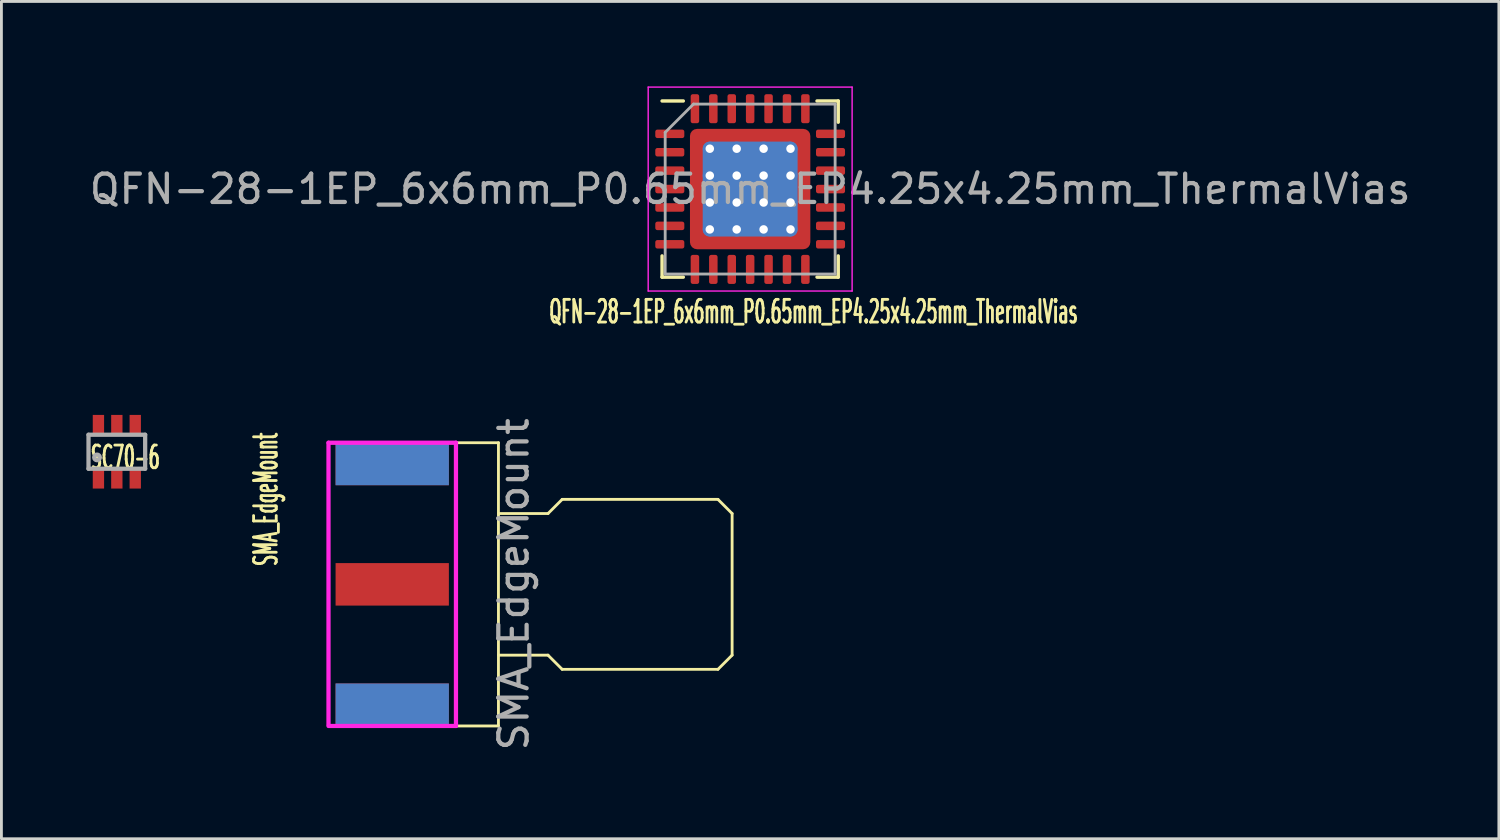
<source format=kicad_pcb>
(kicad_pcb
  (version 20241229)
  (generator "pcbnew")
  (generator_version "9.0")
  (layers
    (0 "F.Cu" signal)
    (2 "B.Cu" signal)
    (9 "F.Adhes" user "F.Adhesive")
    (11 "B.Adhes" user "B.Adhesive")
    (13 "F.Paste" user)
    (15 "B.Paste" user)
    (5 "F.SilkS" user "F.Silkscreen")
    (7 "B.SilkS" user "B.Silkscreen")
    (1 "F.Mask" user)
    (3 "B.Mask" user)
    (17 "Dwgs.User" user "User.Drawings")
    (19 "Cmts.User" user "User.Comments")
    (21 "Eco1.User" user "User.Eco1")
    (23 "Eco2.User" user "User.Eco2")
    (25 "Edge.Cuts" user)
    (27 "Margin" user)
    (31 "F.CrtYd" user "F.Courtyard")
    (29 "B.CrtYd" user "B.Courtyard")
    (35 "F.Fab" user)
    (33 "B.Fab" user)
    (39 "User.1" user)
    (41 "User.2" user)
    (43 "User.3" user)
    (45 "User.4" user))
  (footprint "SMA_EdgeMount"
    (layer "F.Cu")
    (at 10.298 17.581)
    (property "Reference" "SMA_EdgeMount" (at -3.96 -3 90) (layer "F.SilkS") (effects (font (size 0.8 0.4) (thickness 0.1))))
    (attr smd)
    (fp_line (start -1.75 -5) (end 2.75 -5) (stroke (width 0.1) (type solid)) (layer "F.SilkS"))
    (fp_line (start -1.75 4.95) (end -1.75 -5) (stroke (width 0.1) (type solid)) (layer "F.SilkS"))
    (fp_line (start 2.75 -5) (end 2.75 5) (stroke (width 0.1) (type solid)) (layer "F.SilkS"))
    (fp_line (start 2.75 5) (end -1.75 5) (stroke (width 0.1) (type solid)) (layer "F.SilkS"))
    (fp_line (start 4.25 -5) (end 2.75 -5) (stroke (width 0.1) (type solid)) (layer "F.SilkS"))
    (fp_line (start 4.25 5) (end 2.75 5) (stroke (width 0.1) (type solid)) (layer "F.SilkS"))
    (fp_line (start 4.25 5) (end 4.25 -5) (stroke (width 0.1) (type solid)) (layer "F.SilkS"))
    (fp_line (start 6 -2.5) (end 4.25 -2.5) (stroke (width 0.1) (type solid)) (layer "F.SilkS"))
    (fp_line (start 6 2.5) (end 4.25 2.5) (stroke (width 0.1) (type solid)) (layer "F.SilkS"))
    (fp_line (start 6.5 -3) (end 6 -2.5) (stroke (width 0.1) (type solid)) (layer "F.SilkS"))
    (fp_line (start 6.5 3) (end 6 2.5) (stroke (width 0.1) (type solid)) (layer "F.SilkS"))
    (fp_line (start 12 -3) (end 6.5 -3) (stroke (width 0.1) (type solid)) (layer "F.SilkS"))
    (fp_line (start 12 -3) (end 12.5 -2.5) (stroke (width 0.1) (type solid)) (layer "F.SilkS"))
    (fp_line (start 12 3) (end 6.5 3) (stroke (width 0.1) (type solid)) (layer "F.SilkS"))
    (fp_line (start 12.5 -2.5) (end 12.5 2.5) (stroke (width 0.1) (type solid)) (layer "F.SilkS"))
    (fp_line (start 12.5 2.5) (end 12 3) (stroke (width 0.1) (type solid)) (layer "F.SilkS"))
    (fp_line (start -1.75 -5) (end -1.75 4.95) (stroke (width 0.15) (type solid)) (layer "F.CrtYd"))
    (fp_line (start -1.75 5) (end 2.75 5) (stroke (width 0.15) (type solid)) (layer "F.CrtYd"))
    (fp_line (start 2.75 -5) (end -1.75 -5) (stroke (width 0.15) (type solid)) (layer "F.CrtYd"))
    (fp_line (start 2.75 5) (end 2.75 -5) (stroke (width 0.15) (type solid)) (layer "F.CrtYd"))
    (fp_text user "${REFERENCE}" (at 4.79 0 270) (layer "F.Fab") (effects (font (size 1 1) (thickness 0.15))))
    (pad "1" smd rect (at 0.5 0 90) (size 1.5 4) (layers "F.Cu" "F.Mask" "F.Paste"))
    (pad "2" smd rect (at 0.5 -4.25 90) (size 1.5 4) (layers "F.Cu" "F.Mask" "F.Paste"))
    (pad "2" smd rect (at 0.5 -4.25 90) (size 1.5 4) (layers "B.Cu" "B.Mask" "B.Paste"))
    (pad "2" smd rect (at 0.5 4.25 90) (size 1.5 4) (layers "F.Cu" "F.Mask" "F.Paste"))
    (pad "2" smd rect (at 0.5 4.25 90) (size 1.5 4) (layers "B.Cu" "B.Mask" "B.Paste")))
  (footprint "QFN-28-1EP_6x6mm_P0.65mm_EP4.25x4.25mm_ThermalVias"
    (layer "F.Cu")
    (at 23.435 3.625)
    (property "Reference" "QFN-28-1EP_6x6mm_P0.65mm_EP4.25x4.25mm_ThermalVias" (at 2.24 4.33 0) (layer "F.SilkS") (effects (font (size 0.8 0.4) (thickness 0.1))))
    (attr smd)
    (fp_line (start -3.11 3.11) (end -3.11 2.36) (stroke (width 0.12) (type solid)) (layer "F.SilkS"))
    (fp_line (start -2.36 -3.11) (end -3.11 -3.11) (stroke (width 0.12) (type solid)) (layer "F.SilkS"))
    (fp_line (start -2.36 3.11) (end -3.11 3.11) (stroke (width 0.12) (type solid)) (layer "F.SilkS"))
    (fp_line (start 2.36 -3.11) (end 3.11 -3.11) (stroke (width 0.12) (type solid)) (layer "F.SilkS"))
    (fp_line (start 2.36 3.11) (end 3.11 3.11) (stroke (width 0.12) (type solid)) (layer "F.SilkS"))
    (fp_line (start 3.11 -3.11) (end 3.11 -2.36) (stroke (width 0.12) (type solid)) (layer "F.SilkS"))
    (fp_line (start 3.11 3.11) (end 3.11 2.36) (stroke (width 0.12) (type solid)) (layer "F.SilkS"))
    (fp_line (start -3.6 -3.6) (end -3.6 3.6) (stroke (width 0.05) (type solid)) (layer "F.CrtYd"))
    (fp_line (start -3.6 3.6) (end 3.6 3.6) (stroke (width 0.05) (type solid)) (layer "F.CrtYd"))
    (fp_line (start 3.6 -3.6) (end -3.6 -3.6) (stroke (width 0.05) (type solid)) (layer "F.CrtYd"))
    (fp_line (start 3.6 3.6) (end 3.6 -3.6) (stroke (width 0.05) (type solid)) (layer "F.CrtYd"))
    (fp_line (start -3 -2) (end -2 -3) (stroke (width 0.1) (type solid)) (layer "F.Fab"))
    (fp_line (start -3 3) (end -3 -2) (stroke (width 0.1) (type solid)) (layer "F.Fab"))
    (fp_line (start -2 -3) (end 3 -3) (stroke (width 0.1) (type solid)) (layer "F.Fab"))
    (fp_line (start 3 -3) (end 3 3) (stroke (width 0.1) (type solid)) (layer "F.Fab"))
    (fp_line (start 3 3) (end -3 3) (stroke (width 0.1) (type solid)) (layer "F.Fab"))
    (fp_text user "${REFERENCE}" (at 0 0 0) (layer "F.Fab") (effects (font (size 1 1) (thickness 0.15))))
    (pad "" smd custom (at -1.775 -1.775) (size 0.46 0.46) (layers "F.Paste") (options (anchor circle)) (primitives (gr_poly (pts (xy -0.282 -0.282) (xy 0.282 -0.282) (xy 0.282 0.135) (xy 0.135 0.282) (xy -0.282 0.282)) (width 0) (fill yes))))
    (pad "" smd custom (at -1.775 -0.95) (size 0.477 0.477) (layers "F.Paste") (options (anchor circle)) (primitives (gr_poly (pts (xy -0.282 -0.383) (xy 0.159 -0.383) (xy 0.282 -0.26) (xy 0.282 0.26) (xy 0.159 0.383) (xy -0.282 0.383)) (width 0) (fill yes))))
    (pad "" smd custom (at -1.775 0) (size 0.477 0.477) (layers "F.Paste") (options (anchor circle)) (primitives (gr_poly (pts (xy -0.282 -0.383) (xy 0.159 -0.383) (xy 0.282 -0.26) (xy 0.282 0.26) (xy 0.159 0.383) (xy -0.282 0.383)) (width 0) (fill yes))))
    (pad "" smd custom (at -1.775 0.95) (size 0.477 0.477) (layers "F.Paste") (options (anchor circle)) (primitives (gr_poly (pts (xy -0.282 -0.383) (xy 0.159 -0.383) (xy 0.282 -0.26) (xy 0.282 0.26) (xy 0.159 0.383) (xy -0.282 0.383)) (width 0) (fill yes))))
    (pad "" smd custom (at -1.775 1.775) (size 0.46 0.46) (layers "F.Paste") (options (anchor circle)) (primitives (gr_poly (pts (xy -0.282 -0.282) (xy 0.135 -0.282) (xy 0.282 -0.135) (xy 0.282 0.282) (xy -0.282 0.282)) (width 0) (fill yes))))
    (pad "" smd custom (at -0.95 -1.775) (size 0.477 0.477) (layers "F.Paste") (options (anchor circle)) (primitives (gr_poly (pts (xy -0.383 -0.282) (xy 0.383 -0.282) (xy 0.383 0.159) (xy 0.26 0.282) (xy -0.26 0.282) (xy -0.383 0.159)) (width 0) (fill yes))))
    (pad "" smd roundrect (at -0.95 -0.95) (size 0.766 0.766) (layers "F.Paste") (roundrect_rratio 0.25))
    (pad "" smd roundrect (at -0.95 0) (size 0.766 0.766) (layers "F.Paste") (roundrect_rratio 0.25))
    (pad "" smd roundrect (at -0.95 0.95) (size 0.766 0.766) (layers "F.Paste") (roundrect_rratio 0.25))
    (pad "" smd custom (at -0.95 1.775) (size 0.477 0.477) (layers "F.Paste") (options (anchor circle)) (primitives (gr_poly (pts (xy -0.383 -0.159) (xy -0.26 -0.282) (xy 0.26 -0.282) (xy 0.383 -0.159) (xy 0.383 0.282) (xy -0.383 0.282)) (width 0) (fill yes))))
    (pad "" smd custom (at 0 -1.775) (size 0.477 0.477) (layers "F.Paste") (options (anchor circle)) (primitives (gr_poly (pts (xy -0.383 -0.282) (xy 0.383 -0.282) (xy 0.383 0.159) (xy 0.26 0.282) (xy -0.26 0.282) (xy -0.383 0.159)) (width 0) (fill yes))))
    (pad "" smd roundrect (at 0 -0.95) (size 0.766 0.766) (layers "F.Paste") (roundrect_rratio 0.25))
    (pad "" smd roundrect (at 0 0) (size 0.766 0.766) (layers "F.Paste") (roundrect_rratio 0.25))
    (pad "" smd roundrect (at 0 0.95) (size 0.766 0.766) (layers "F.Paste") (roundrect_rratio 0.25))
    (pad "" smd custom (at 0 1.775) (size 0.477 0.477) (layers "F.Paste") (options (anchor circle)) (primitives (gr_poly (pts (xy -0.383 -0.159) (xy -0.26 -0.282) (xy 0.26 -0.282) (xy 0.383 -0.159) (xy 0.383 0.282) (xy -0.383 0.282)) (width 0) (fill yes))))
    (pad "" smd custom (at 0.95 -1.775) (size 0.477 0.477) (layers "F.Paste") (options (anchor circle)) (primitives (gr_poly (pts (xy -0.383 -0.282) (xy 0.383 -0.282) (xy 0.383 0.159) (xy 0.26 0.282) (xy -0.26 0.282) (xy -0.383 0.159)) (width 0) (fill yes))))
    (pad "" smd roundrect (at 0.95 -0.95) (size 0.766 0.766) (layers "F.Paste") (roundrect_rratio 0.25))
    (pad "" smd roundrect (at 0.95 0) (size 0.766 0.766) (layers "F.Paste") (roundrect_rratio 0.25))
    (pad "" smd roundrect (at 0.95 0.95) (size 0.766 0.766) (layers "F.Paste") (roundrect_rratio 0.25))
    (pad "" smd custom (at 0.95 1.775) (size 0.477 0.477) (layers "F.Paste") (options (anchor circle)) (primitives (gr_poly (pts (xy -0.383 -0.159) (xy -0.26 -0.282) (xy 0.26 -0.282) (xy 0.383 -0.159) (xy 0.383 0.282) (xy -0.383 0.282)) (width 0) (fill yes))))
    (pad "" smd custom (at 1.775 -1.775) (size 0.46 0.46) (layers "F.Paste") (options (anchor circle)) (primitives (gr_poly (pts (xy -0.282 -0.282) (xy 0.282 -0.282) (xy 0.282 0.282) (xy -0.135 0.282) (xy -0.282 0.135)) (width 0) (fill yes))))
    (pad "" smd custom (at 1.775 -0.95) (size 0.477 0.477) (layers "F.Paste") (options (anchor circle)) (primitives (gr_poly (pts (xy -0.282 -0.26) (xy -0.159 -0.383) (xy 0.282 -0.383) (xy 0.282 0.383) (xy -0.159 0.383) (xy -0.282 0.26)) (width 0) (fill yes))))
    (pad "" smd custom (at 1.775 0) (size 0.477 0.477) (layers "F.Paste") (options (anchor circle)) (primitives (gr_poly (pts (xy -0.282 -0.26) (xy -0.159 -0.383) (xy 0.282 -0.383) (xy 0.282 0.383) (xy -0.159 0.383) (xy -0.282 0.26)) (width 0) (fill yes))))
    (pad "" smd custom (at 1.775 0.95) (size 0.477 0.477) (layers "F.Paste") (options (anchor circle)) (primitives (gr_poly (pts (xy -0.282 -0.26) (xy -0.159 -0.383) (xy 0.282 -0.383) (xy 0.282 0.383) (xy -0.159 0.383) (xy -0.282 0.26)) (width 0) (fill yes))))
    (pad "" smd custom (at 1.775 1.775) (size 0.46 0.46) (layers "F.Paste") (options (anchor circle)) (primitives (gr_poly (pts (xy -0.282 -0.135) (xy -0.135 -0.282) (xy 0.282 -0.282) (xy 0.282 0.282) (xy -0.282 0.282)) (width 0) (fill yes))))
    (pad "1" smd roundrect (at -2.837 -1.95) (size 1.025 0.3) (layers "F.Cu" "F.Mask" "F.Paste") (roundrect_rratio 0.25))
    (pad "2" smd roundrect (at -2.837 -1.3) (size 1.025 0.3) (layers "F.Cu" "F.Mask" "F.Paste") (roundrect_rratio 0.25))
    (pad "3" smd roundrect (at -2.837 -0.65) (size 1.025 0.3) (layers "F.Cu" "F.Mask" "F.Paste") (roundrect_rratio 0.25))
    (pad "4" smd roundrect (at -2.837 0) (size 1.025 0.3) (layers "F.Cu" "F.Mask" "F.Paste") (roundrect_rratio 0.25))
    (pad "5" smd roundrect (at -2.837 0.65) (size 1.025 0.3) (layers "F.Cu" "F.Mask" "F.Paste") (roundrect_rratio 0.25))
    (pad "6" smd roundrect (at -2.837 1.3) (size 1.025 0.3) (layers "F.Cu" "F.Mask" "F.Paste") (roundrect_rratio 0.25))
    (pad "7" smd roundrect (at -2.837 1.95) (size 1.025 0.3) (layers "F.Cu" "F.Mask" "F.Paste") (roundrect_rratio 0.25))
    (pad "8" smd roundrect (at -1.95 2.837) (size 0.3 1.025) (layers "F.Cu" "F.Mask" "F.Paste") (roundrect_rratio 0.25))
    (pad "9" smd roundrect (at -1.3 2.837) (size 0.3 1.025) (layers "F.Cu" "F.Mask" "F.Paste") (roundrect_rratio 0.25))
    (pad "10" smd roundrect (at -0.65 2.837) (size 0.3 1.025) (layers "F.Cu" "F.Mask" "F.Paste") (roundrect_rratio 0.25))
    (pad "11" smd roundrect (at 0 2.837) (size 0.3 1.025) (layers "F.Cu" "F.Mask" "F.Paste") (roundrect_rratio 0.25))
    (pad "12" smd roundrect (at 0.65 2.837) (size 0.3 1.025) (layers "F.Cu" "F.Mask" "F.Paste") (roundrect_rratio 0.25))
    (pad "13" smd roundrect (at 1.3 2.837) (size 0.3 1.025) (layers "F.Cu" "F.Mask" "F.Paste") (roundrect_rratio 0.25))
    (pad "14" smd roundrect (at 1.95 2.837) (size 0.3 1.025) (layers "F.Cu" "F.Mask" "F.Paste") (roundrect_rratio 0.25))
    (pad "15" smd roundrect (at 2.837 1.95) (size 1.025 0.3) (layers "F.Cu" "F.Mask" "F.Paste") (roundrect_rratio 0.25))
    (pad "16" smd roundrect (at 2.837 1.3) (size 1.025 0.3) (layers "F.Cu" "F.Mask" "F.Paste") (roundrect_rratio 0.25))
    (pad "17" smd roundrect (at 2.837 0.65) (size 1.025 0.3) (layers "F.Cu" "F.Mask" "F.Paste") (roundrect_rratio 0.25))
    (pad "18" smd roundrect (at 2.837 0) (size 1.025 0.3) (layers "F.Cu" "F.Mask" "F.Paste") (roundrect_rratio 0.25))
    (pad "19" smd roundrect (at 2.837 -0.65) (size 1.025 0.3) (layers "F.Cu" "F.Mask" "F.Paste") (roundrect_rratio 0.25))
    (pad "20" smd roundrect (at 2.837 -1.3) (size 1.025 0.3) (layers "F.Cu" "F.Mask" "F.Paste") (roundrect_rratio 0.25))
    (pad "21" smd roundrect (at 2.837 -1.95) (size 1.025 0.3) (layers "F.Cu" "F.Mask" "F.Paste") (roundrect_rratio 0.25))
    (pad "22" smd roundrect (at 1.95 -2.837) (size 0.3 1.025) (layers "F.Cu" "F.Mask" "F.Paste") (roundrect_rratio 0.25))
    (pad "23" smd roundrect (at 1.3 -2.837) (size 0.3 1.025) (layers "F.Cu" "F.Mask" "F.Paste") (roundrect_rratio 0.25))
    (pad "24" smd roundrect (at 0.65 -2.837) (size 0.3 1.025) (layers "F.Cu" "F.Mask" "F.Paste") (roundrect_rratio 0.25))
    (pad "25" smd roundrect (at 0 -2.837) (size 0.3 1.025) (layers "F.Cu" "F.Mask" "F.Paste") (roundrect_rratio 0.25))
    (pad "26" smd roundrect (at -0.65 -2.837) (size 0.3 1.025) (layers "F.Cu" "F.Mask" "F.Paste") (roundrect_rratio 0.25))
    (pad "27" smd roundrect (at -1.3 -2.837) (size 0.3 1.025) (layers "F.Cu" "F.Mask" "F.Paste") (roundrect_rratio 0.25))
    (pad "28" smd roundrect (at -1.95 -2.837) (size 0.3 1.025) (layers "F.Cu" "F.Mask" "F.Paste") (roundrect_rratio 0.25))
    (pad "29" thru_hole circle (at -1.425 -1.425) (size 0.5 0.5) (drill 0.3) (layers "*.Cu"))
    (pad "29" thru_hole circle (at -1.425 -0.475) (size 0.5 0.5) (drill 0.3) (layers "*.Cu"))
    (pad "29" thru_hole circle (at -1.425 0.475) (size 0.5 0.5) (drill 0.3) (layers "*.Cu"))
    (pad "29" thru_hole circle (at -1.425 1.425) (size 0.5 0.5) (drill 0.3) (layers "*.Cu"))
    (pad "29" thru_hole circle (at -0.475 -1.425) (size 0.5 0.5) (drill 0.3) (layers "*.Cu"))
    (pad "29" thru_hole circle (at -0.475 -0.475) (size 0.5 0.5) (drill 0.3) (layers "*.Cu"))
    (pad "29" thru_hole circle (at -0.475 0.475) (size 0.5 0.5) (drill 0.3) (layers "*.Cu"))
    (pad "29" thru_hole circle (at -0.475 1.425) (size 0.5 0.5) (drill 0.3) (layers "*.Cu"))
    (pad "29" smd roundrect (at 0 0) (size 3.35 3.35) (layers "B.Cu") (roundrect_rratio 0.075))
    (pad "29" smd roundrect (at 0 0) (size 4.25 4.25) (layers "F.Cu" "F.Mask") (roundrect_rratio 0.059))
    (pad "29" thru_hole circle (at 0.475 -1.425) (size 0.5 0.5) (drill 0.3) (layers "*.Cu"))
    (pad "29" thru_hole circle (at 0.475 -0.475) (size 0.5 0.5) (drill 0.3) (layers "*.Cu"))
    (pad "29" thru_hole circle (at 0.475 0.475) (size 0.5 0.5) (drill 0.3) (layers "*.Cu"))
    (pad "29" thru_hole circle (at 0.475 1.425) (size 0.5 0.5) (drill 0.3) (layers "*.Cu"))
    (pad "29" thru_hole circle (at 1.425 -1.425) (size 0.5 0.5) (drill 0.3) (layers "*.Cu"))
    (pad "29" thru_hole circle (at 1.425 -0.475) (size 0.5 0.5) (drill 0.3) (layers "*.Cu"))
    (pad "29" thru_hole circle (at 1.425 0.475) (size 0.5 0.5) (drill 0.3) (layers "*.Cu"))
    (pad "29" thru_hole circle (at 1.425 1.425) (size 0.5 0.5) (drill 0.3) (layers "*.Cu")))
  (footprint "SC70-6"
    (layer "F.Cu")
    (at 1.075 12.899)
    (property "Reference" "SC70-6" (at 0.3 0.2 0) (layer "F.SilkS") (effects (font (size 0.8 0.4) (thickness 0.1))))
    (attr through_hole)
    (fp_line (start -1 -0.6) (end 1 -0.6) (stroke (width 0.15) (type solid)) (layer "F.Fab"))
    (fp_line (start -1 0.6) (end -1 -0.6) (stroke (width 0.15) (type solid)) (layer "F.Fab"))
    (fp_line (start 1 -0.6) (end 1 0.6) (stroke (width 0.15) (type solid)) (layer "F.Fab"))
    (fp_line (start 1 0.6) (end -1 0.6) (stroke (width 0.15) (type solid)) (layer "F.Fab"))
    (fp_circle (center -0.7 0.2) (end -0.7 0.3) (stroke (width 0.15) (type solid)) (fill no) (layer "F.Fab"))
    (pad "1" smd rect (at -0.65 0.95) (size 0.4 0.7) (layers "F.Cu" "F.Mask" "F.Paste"))
    (pad "2" smd rect (at 0 0.95) (size 0.4 0.7) (layers "F.Cu" "F.Mask" "F.Paste"))
    (pad "3" smd rect (at 0.65 0.95) (size 0.4 0.7) (layers "F.Cu" "F.Mask" "F.Paste"))
    (pad "4" smd rect (at 0.65 -0.95) (size 0.4 0.7) (layers "F.Cu" "F.Mask" "F.Paste"))
    (pad "5" smd rect (at 0 -0.95) (size 0.4 0.7) (layers "F.Cu" "F.Mask" "F.Paste"))
    (pad "6" smd rect (at -0.65 -0.95) (size 0.4 0.7) (layers "F.Cu" "F.Mask" "F.Paste")))
  (gr_rect
    (start -3 -3)
    (end 49.869 26.563)
    (stroke (width 0.1) (type default))
    (fill no)
    (layer "Edge.Cuts")))
</source>
